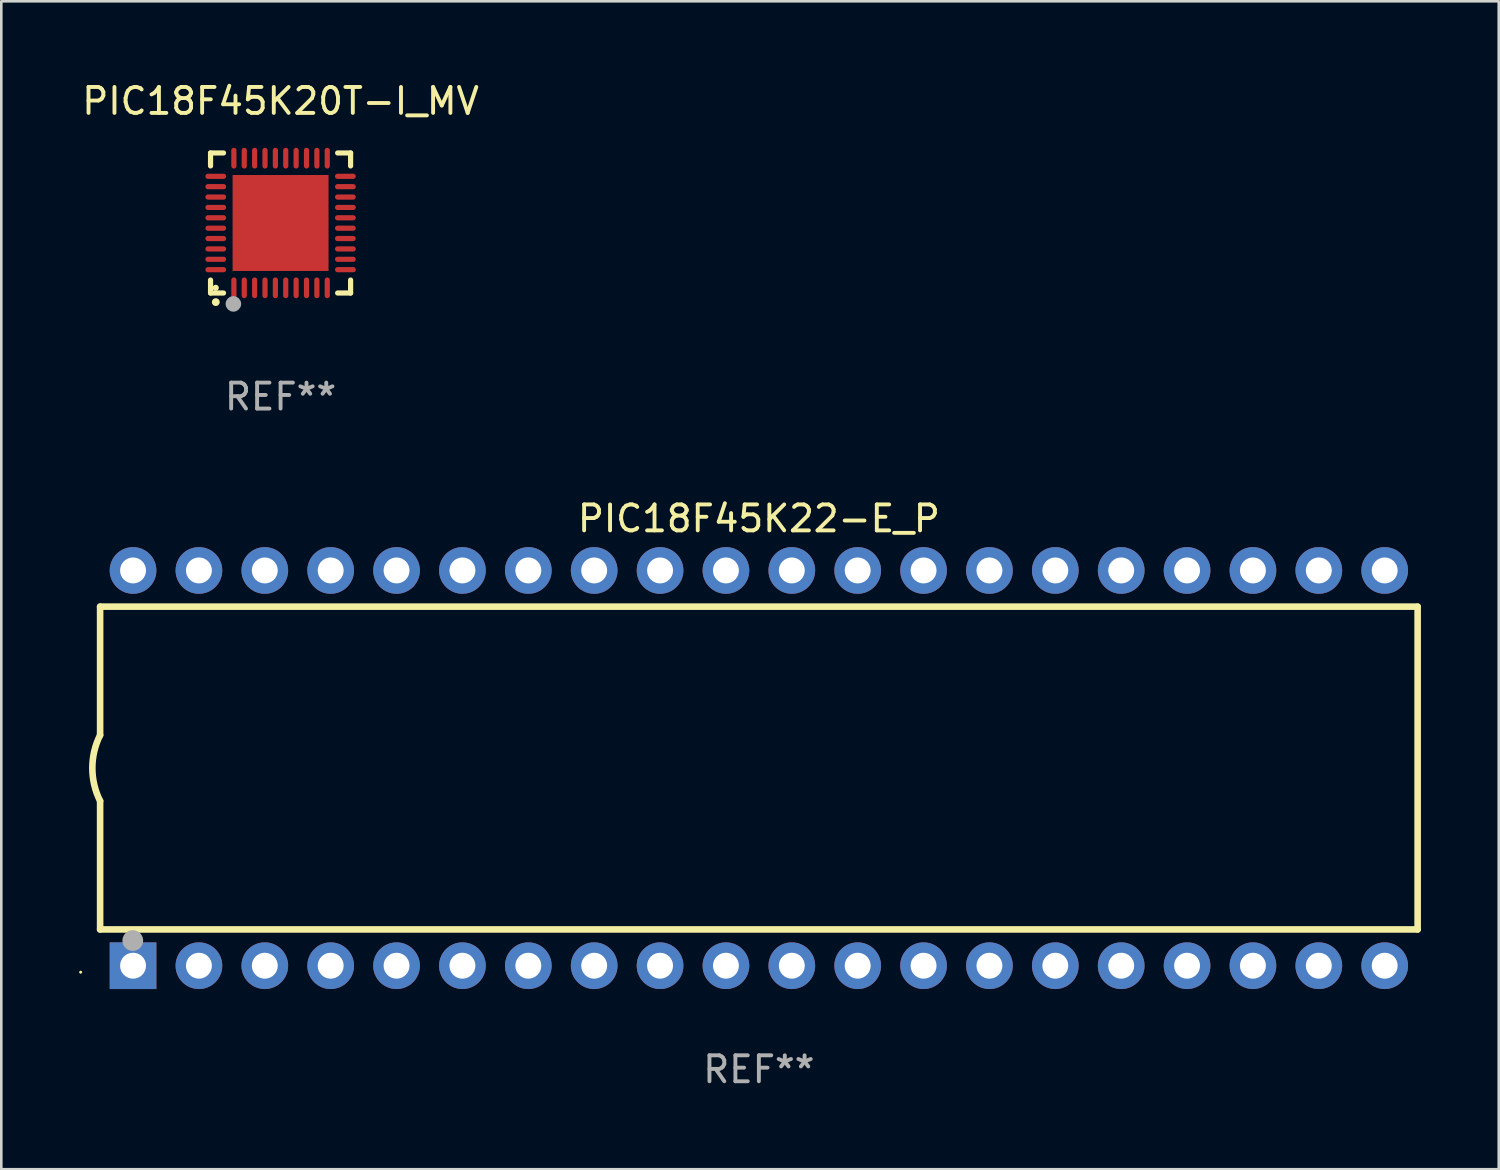
<source format=kicad_pcb>
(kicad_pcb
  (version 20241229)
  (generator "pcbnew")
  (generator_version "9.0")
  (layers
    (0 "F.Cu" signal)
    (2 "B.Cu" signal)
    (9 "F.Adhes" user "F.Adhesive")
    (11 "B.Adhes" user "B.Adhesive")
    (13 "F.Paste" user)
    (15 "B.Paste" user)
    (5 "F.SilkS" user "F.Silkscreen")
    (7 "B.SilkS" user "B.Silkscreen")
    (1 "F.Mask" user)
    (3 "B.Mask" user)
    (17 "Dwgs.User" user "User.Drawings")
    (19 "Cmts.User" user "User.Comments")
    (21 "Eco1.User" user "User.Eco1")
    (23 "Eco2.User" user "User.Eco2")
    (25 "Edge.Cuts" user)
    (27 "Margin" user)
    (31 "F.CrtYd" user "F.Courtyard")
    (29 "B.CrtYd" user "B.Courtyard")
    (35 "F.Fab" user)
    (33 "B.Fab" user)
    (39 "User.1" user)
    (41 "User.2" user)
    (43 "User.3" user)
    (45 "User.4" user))
  (footprint "PIC18F45K22-E_P"
    (layer "F.Cu")
    (at 26.21 26.565)
    (property "Reference" "PIC18F45K22-E_P" (at 0 -9.62 0) (layer "F.SilkS") (effects (font (size 1 1) (thickness 0.15))))
    (attr through_hole)
    (fp_line (start -25.4 -6.224) (end -25.4 -1.271) (stroke (width 0.254) (type solid)) (layer "F.SilkS"))
    (fp_line (start -25.4 -6.224) (end 25.4 -6.224) (stroke (width 0.254) (type solid)) (layer "F.SilkS"))
    (fp_line (start -25.4 1.269) (end -25.4 6.222) (stroke (width 0.254) (type solid)) (layer "F.SilkS"))
    (fp_line (start -25.4 6.222) (end 25.4 6.222) (stroke (width 0.254) (type solid)) (layer "F.SilkS"))
    (fp_line (start 25.4 6.222) (end 25.4 -6.224) (stroke (width 0.254) (type solid)) (layer "F.SilkS"))
    (fp_arc (start -25.4 1.269241) (mid -25.699807 -0.000762) (end -25.4 -1.270765) (stroke (width 0.254001) (type solid)) (layer "F.SilkS"))
    (fp_circle (center -26.15 7.87) (end -26.12 7.87) (stroke (width 0.06) (type solid)) (fill no) (layer "F.SilkS"))
    (fp_circle (center -24.14 6.65) (end -23.94 6.65) (stroke (width 0.4) (type solid)) (fill no) (layer "F.Fab"))
    (fp_text user "REF**" (at 0 11.62 0) (layer "F.Fab") (effects (font (size 1 1) (thickness 0.15))))
    (pad "1" thru_hole rect (at -24.13 7.62 90) (size 1.8 1.8) (drill 1) (layers "*.Cu" "*.Mask"))
    (pad "2" thru_hole circle (at -21.59 7.62) (size 1.8 1.8) (drill 1) (layers "*.Cu" "*.Mask"))
    (pad "3" thru_hole circle (at -19.05 7.62) (size 1.8 1.8) (drill 1) (layers "*.Cu" "*.Mask"))
    (pad "4" thru_hole circle (at -16.51 7.62) (size 1.8 1.8) (drill 1) (layers "*.Cu" "*.Mask"))
    (pad "5" thru_hole circle (at -13.97 7.62) (size 1.8 1.8) (drill 1) (layers "*.Cu" "*.Mask"))
    (pad "6" thru_hole circle (at -11.43 7.62) (size 1.8 1.8) (drill 1) (layers "*.Cu" "*.Mask"))
    (pad "7" thru_hole circle (at -8.89 7.62) (size 1.8 1.8) (drill 1) (layers "*.Cu" "*.Mask"))
    (pad "8" thru_hole circle (at -6.35 7.62) (size 1.8 1.8) (drill 1) (layers "*.Cu" "*.Mask"))
    (pad "9" thru_hole circle (at -3.81 7.62) (size 1.8 1.8) (drill 1) (layers "*.Cu" "*.Mask"))
    (pad "10" thru_hole circle (at -1.27 7.62) (size 1.8 1.8) (drill 1) (layers "*.Cu" "*.Mask"))
    (pad "11" thru_hole circle (at 1.27 7.62) (size 1.8 1.8) (drill 1) (layers "*.Cu" "*.Mask"))
    (pad "12" thru_hole circle (at 3.81 7.62) (size 1.8 1.8) (drill 1) (layers "*.Cu" "*.Mask"))
    (pad "13" thru_hole circle (at 6.35 7.62) (size 1.8 1.8) (drill 1) (layers "*.Cu" "*.Mask"))
    (pad "14" thru_hole circle (at 8.89 7.62) (size 1.8 1.8) (drill 1) (layers "*.Cu" "*.Mask"))
    (pad "15" thru_hole circle (at 11.43 7.62) (size 1.8 1.8) (drill 1) (layers "*.Cu" "*.Mask"))
    (pad "16" thru_hole circle (at 13.97 7.62) (size 1.8 1.8) (drill 1) (layers "*.Cu" "*.Mask"))
    (pad "17" thru_hole circle (at 16.51 7.62) (size 1.8 1.8) (drill 1) (layers "*.Cu" "*.Mask"))
    (pad "18" thru_hole circle (at 19.05 7.62) (size 1.8 1.8) (drill 1) (layers "*.Cu" "*.Mask"))
    (pad "19" thru_hole circle (at 21.59 7.62) (size 1.8 1.8) (drill 1) (layers "*.Cu" "*.Mask"))
    (pad "20" thru_hole circle (at 24.13 7.62) (size 1.8 1.8) (drill 1) (layers "*.Cu" "*.Mask"))
    (pad "21" thru_hole circle (at 24.13 -7.62) (size 1.8 1.8) (drill 1) (layers "*.Cu" "*.Mask"))
    (pad "22" thru_hole circle (at 21.59 -7.62) (size 1.8 1.8) (drill 1) (layers "*.Cu" "*.Mask"))
    (pad "23" thru_hole circle (at 19.05 -7.62) (size 1.8 1.8) (drill 1) (layers "*.Cu" "*.Mask"))
    (pad "24" thru_hole circle (at 16.51 -7.62) (size 1.8 1.8) (drill 1) (layers "*.Cu" "*.Mask"))
    (pad "25" thru_hole circle (at 13.97 -7.62) (size 1.8 1.8) (drill 1) (layers "*.Cu" "*.Mask"))
    (pad "26" thru_hole circle (at 11.43 -7.62) (size 1.8 1.8) (drill 1) (layers "*.Cu" "*.Mask"))
    (pad "27" thru_hole circle (at 8.89 -7.62) (size 1.8 1.8) (drill 1) (layers "*.Cu" "*.Mask"))
    (pad "28" thru_hole circle (at 6.35 -7.62) (size 1.8 1.8) (drill 1) (layers "*.Cu" "*.Mask"))
    (pad "29" thru_hole circle (at 3.81 -7.62) (size 1.8 1.8) (drill 1) (layers "*.Cu" "*.Mask"))
    (pad "30" thru_hole circle (at 1.27 -7.62) (size 1.8 1.8) (drill 1) (layers "*.Cu" "*.Mask"))
    (pad "31" thru_hole circle (at -1.27 -7.62) (size 1.8 1.8) (drill 1) (layers "*.Cu" "*.Mask"))
    (pad "32" thru_hole circle (at -3.81 -7.62) (size 1.8 1.8) (drill 1) (layers "*.Cu" "*.Mask"))
    (pad "33" thru_hole circle (at -6.35 -7.62) (size 1.8 1.8) (drill 1) (layers "*.Cu" "*.Mask"))
    (pad "34" thru_hole circle (at -8.89 -7.62) (size 1.8 1.8) (drill 1) (layers "*.Cu" "*.Mask"))
    (pad "35" thru_hole circle (at -11.43 -7.62) (size 1.8 1.8) (drill 1) (layers "*.Cu" "*.Mask"))
    (pad "36" thru_hole circle (at -13.97 -7.62) (size 1.8 1.8) (drill 1) (layers "*.Cu" "*.Mask"))
    (pad "37" thru_hole circle (at -16.51 -7.62) (size 1.8 1.8) (drill 1) (layers "*.Cu" "*.Mask"))
    (pad "38" thru_hole circle (at -19.05 -7.62) (size 1.8 1.8) (drill 1) (layers "*.Cu" "*.Mask"))
    (pad "39" thru_hole circle (at -21.59 -7.62) (size 1.8 1.8) (drill 1) (layers "*.Cu" "*.Mask"))
    (pad "40" thru_hole circle (at -24.13 -7.62) (size 1.8 1.8) (drill 1) (layers "*.Cu" "*.Mask")))
  (footprint "PIC18F45K20T-I_MV"
    (layer "F.Cu")
    (at 7.768 5.548)
    (property "Reference" "PIC18F45K20T-I_MV" (at 0 -4.7 0) (layer "F.SilkS") (effects (font (size 1 1) (thickness 0.15))))
    (attr through_hole)
    (fp_line (start -2.7 -2.7) (end -2.7 -2.2) (stroke (width 0.2) (type solid)) (layer "F.SilkS"))
    (fp_line (start -2.7 2.7) (end -2.7 2.2) (stroke (width 0.2) (type solid)) (layer "F.SilkS"))
    (fp_line (start -2.2 -2.7) (end -2.7 -2.7) (stroke (width 0.2) (type solid)) (layer "F.SilkS"))
    (fp_line (start -2.2 2.7) (end -2.7 2.7) (stroke (width 0.2) (type solid)) (layer "F.SilkS"))
    (fp_line (start 2.7 -2.7) (end 2.2 -2.7) (stroke (width 0.2) (type solid)) (layer "F.SilkS"))
    (fp_line (start 2.7 -2.2) (end 2.7 -2.7) (stroke (width 0.2) (type solid)) (layer "F.SilkS"))
    (fp_line (start 2.7 2.2) (end 2.7 2.7) (stroke (width 0.2) (type solid)) (layer "F.SilkS"))
    (fp_line (start 2.7 2.7) (end 2.2 2.7) (stroke (width 0.2) (type solid)) (layer "F.SilkS"))
    (fp_arc (start -2.499365 3.050546) (mid -2.498095 3.050541) (end -2.496825 3.050546) (stroke (width 0.3) (type solid)) (layer "F.SilkS"))
    (fp_circle (center -2.5 2.5) (end -2.44 2.5) (stroke (width 0.12) (type solid)) (fill no) (layer "F.SilkS"))
    (fp_circle (center -1.82 3.12) (end -1.67 3.12) (stroke (width 0.3) (type solid)) (fill no) (layer "F.Fab"))
    (fp_text user "REF**" (at 0 6.7 0) (layer "F.Fab") (effects (font (size 1 1) (thickness 0.15))))
    (pad "1" smd oval (at -1.8 2.499) (size 0.2 0.8) (layers "F.Cu" "F.Mask" "F.Paste"))
    (pad "2" smd oval (at -1.4 2.499) (size 0.2 0.8) (layers "F.Cu" "F.Mask" "F.Paste"))
    (pad "3" smd oval (at -1 2.499) (size 0.2 0.8) (layers "F.Cu" "F.Mask" "F.Paste"))
    (pad "4" smd oval (at -0.6 2.499) (size 0.2 0.8) (layers "F.Cu" "F.Mask" "F.Paste"))
    (pad "5" smd oval (at -0.2 2.499) (size 0.2 0.8) (layers "F.Cu" "F.Mask" "F.Paste"))
    (pad "6" smd oval (at 0.2 2.499) (size 0.2 0.8) (layers "F.Cu" "F.Mask" "F.Paste"))
    (pad "7" smd oval (at 0.6 2.499) (size 0.2 0.8) (layers "F.Cu" "F.Mask" "F.Paste"))
    (pad "8" smd oval (at 1 2.499) (size 0.2 0.8) (layers "F.Cu" "F.Mask" "F.Paste"))
    (pad "9" smd oval (at 1.4 2.499) (size 0.2 0.8) (layers "F.Cu" "F.Mask" "F.Paste"))
    (pad "10" smd oval (at 1.8 2.499) (size 0.2 0.8) (layers "F.Cu" "F.Mask" "F.Paste"))
    (pad "11" smd oval (at 2.499 1.8) (size 0.8 0.2) (layers "F.Cu" "F.Mask" "F.Paste"))
    (pad "12" smd oval (at 2.499 1.4) (size 0.8 0.2) (layers "F.Cu" "F.Mask" "F.Paste"))
    (pad "13" smd oval (at 2.499 1) (size 0.8 0.2) (layers "F.Cu" "F.Mask" "F.Paste"))
    (pad "14" smd oval (at 2.499 0.6) (size 0.8 0.2) (layers "F.Cu" "F.Mask" "F.Paste"))
    (pad "15" smd oval (at 2.499 0.2) (size 0.8 0.2) (layers "F.Cu" "F.Mask" "F.Paste"))
    (pad "16" smd oval (at 2.499 -0.2) (size 0.8 0.2) (layers "F.Cu" "F.Mask" "F.Paste"))
    (pad "17" smd oval (at 2.499 -0.6) (size 0.8 0.2) (layers "F.Cu" "F.Mask" "F.Paste"))
    (pad "18" smd oval (at 2.499 -1) (size 0.8 0.2) (layers "F.Cu" "F.Mask" "F.Paste"))
    (pad "19" smd oval (at 2.499 -1.4) (size 0.8 0.2) (layers "F.Cu" "F.Mask" "F.Paste"))
    (pad "20" smd oval (at 2.499 -1.8) (size 0.8 0.2) (layers "F.Cu" "F.Mask" "F.Paste"))
    (pad "21" smd oval (at 1.8 -2.499) (size 0.2 0.8) (layers "F.Cu" "F.Mask" "F.Paste"))
    (pad "22" smd oval (at 1.4 -2.499) (size 0.2 0.8) (layers "F.Cu" "F.Mask" "F.Paste"))
    (pad "23" smd oval (at 1 -2.499) (size 0.2 0.8) (layers "F.Cu" "F.Mask" "F.Paste"))
    (pad "24" smd oval (at 0.6 -2.499) (size 0.2 0.8) (layers "F.Cu" "F.Mask" "F.Paste"))
    (pad "25" smd oval (at 0.2 -2.499) (size 0.2 0.8) (layers "F.Cu" "F.Mask" "F.Paste"))
    (pad "26" smd oval (at -0.2 -2.499) (size 0.2 0.8) (layers "F.Cu" "F.Mask" "F.Paste"))
    (pad "27" smd oval (at -0.6 -2.499) (size 0.2 0.8) (layers "F.Cu" "F.Mask" "F.Paste"))
    (pad "28" smd oval (at -1 -2.499) (size 0.2 0.8) (layers "F.Cu" "F.Mask" "F.Paste"))
    (pad "29" smd oval (at -1.4 -2.499) (size 0.2 0.8) (layers "F.Cu" "F.Mask" "F.Paste"))
    (pad "30" smd oval (at -1.8 -2.499) (size 0.2 0.8) (layers "F.Cu" "F.Mask" "F.Paste"))
    (pad "31" smd oval (at -2.499 -1.8) (size 0.8 0.2) (layers "F.Cu" "F.Mask" "F.Paste"))
    (pad "32" smd oval (at -2.499 -1.4) (size 0.8 0.2) (layers "F.Cu" "F.Mask" "F.Paste"))
    (pad "33" smd oval (at -2.499 -1) (size 0.8 0.2) (layers "F.Cu" "F.Mask" "F.Paste"))
    (pad "34" smd oval (at -2.499 -0.6) (size 0.8 0.2) (layers "F.Cu" "F.Mask" "F.Paste"))
    (pad "35" smd oval (at -2.499 -0.2) (size 0.8 0.2) (layers "F.Cu" "F.Mask" "F.Paste"))
    (pad "36" smd oval (at -2.499 0.2) (size 0.8 0.2) (layers "F.Cu" "F.Mask" "F.Paste"))
    (pad "37" smd oval (at -2.499 0.6) (size 0.8 0.2) (layers "F.Cu" "F.Mask" "F.Paste"))
    (pad "38" smd oval (at -2.499 1) (size 0.8 0.2) (layers "F.Cu" "F.Mask" "F.Paste"))
    (pad "39" smd oval (at -2.499 1.4) (size 0.8 0.2) (layers "F.Cu" "F.Mask" "F.Paste"))
    (pad "40" smd oval (at -2.499 1.8) (size 0.8 0.2) (layers "F.Cu" "F.Mask" "F.Paste"))
    (pad "41" smd rect (at 0 0) (size 3.7 3.7) (layers "F.Cu" "F.Mask" "F.Paste")))
  (gr_rect
    (start -3 -3)
    (end 54.737 42.033)
    (stroke (width 0.1) (type default))
    (fill no)
    (layer "Edge.Cuts")))
</source>
